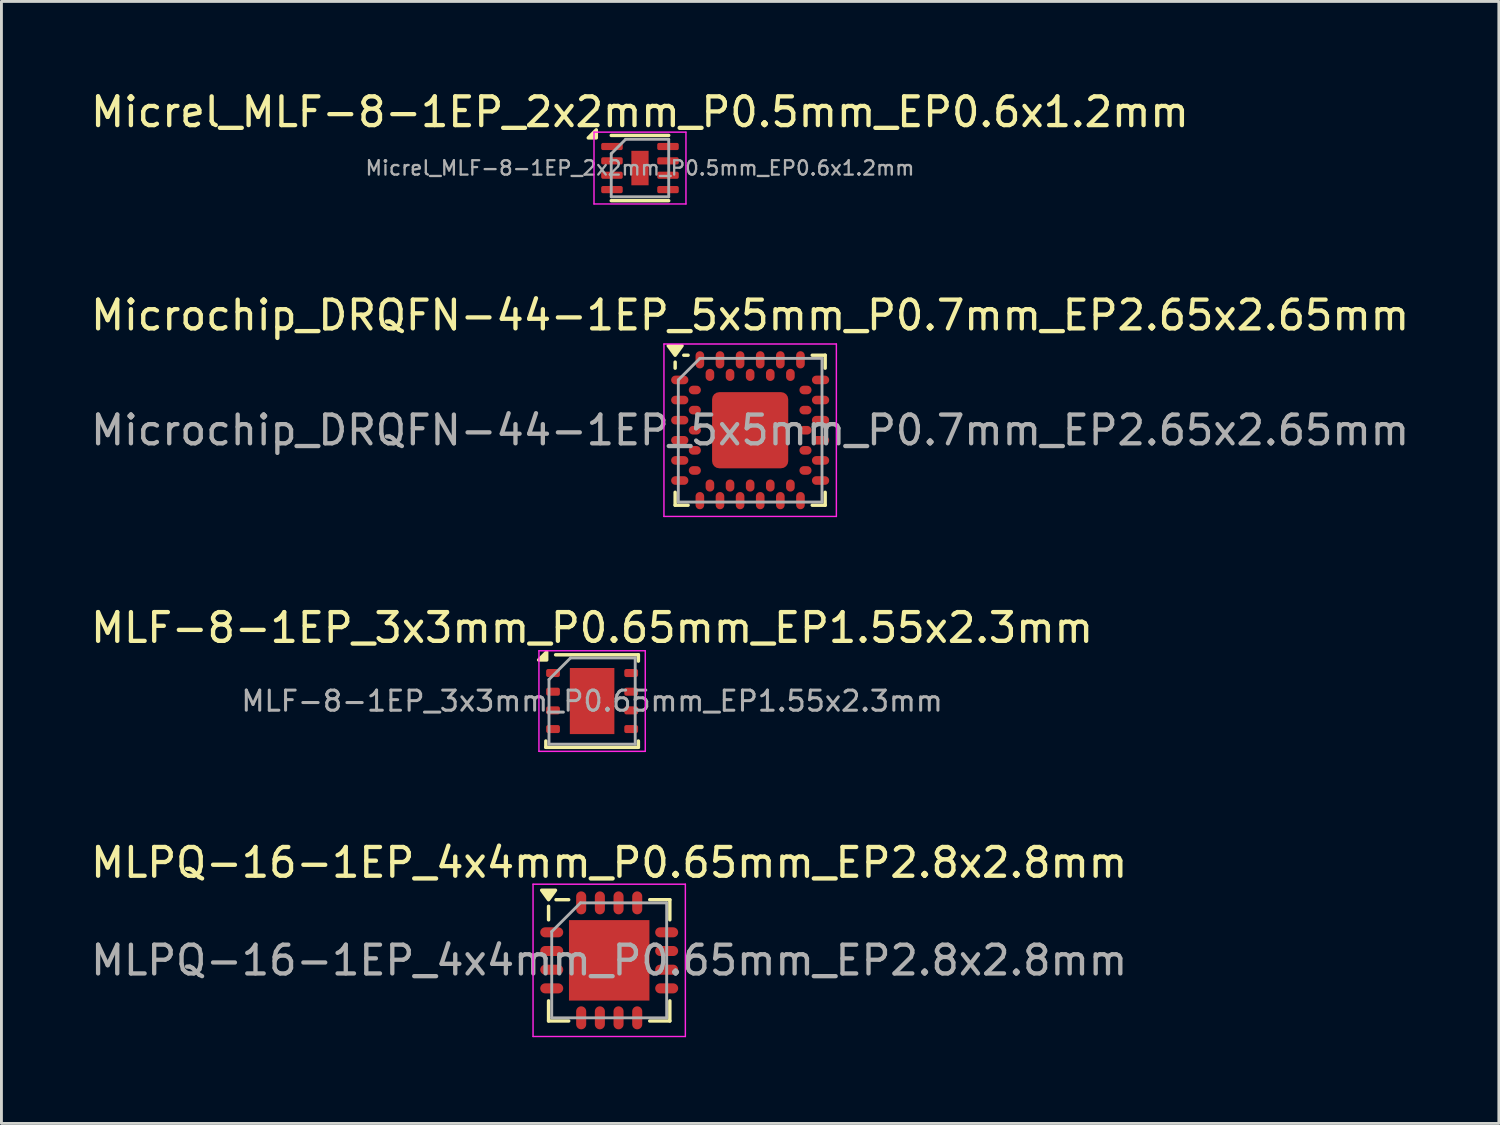
<source format=kicad_pcb>
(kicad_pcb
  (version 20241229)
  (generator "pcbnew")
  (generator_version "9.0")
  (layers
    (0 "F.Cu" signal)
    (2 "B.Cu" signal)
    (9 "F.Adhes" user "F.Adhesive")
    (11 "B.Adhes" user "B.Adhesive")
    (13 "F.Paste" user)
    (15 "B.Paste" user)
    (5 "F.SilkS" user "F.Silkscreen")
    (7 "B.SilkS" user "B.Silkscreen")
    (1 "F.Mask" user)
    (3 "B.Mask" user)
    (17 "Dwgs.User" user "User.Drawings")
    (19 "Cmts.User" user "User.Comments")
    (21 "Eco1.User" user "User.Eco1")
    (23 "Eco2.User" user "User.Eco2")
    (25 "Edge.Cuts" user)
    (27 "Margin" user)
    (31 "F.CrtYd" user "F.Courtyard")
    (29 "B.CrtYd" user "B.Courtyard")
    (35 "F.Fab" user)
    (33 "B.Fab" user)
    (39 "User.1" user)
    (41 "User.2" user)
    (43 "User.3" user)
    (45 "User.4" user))
  (footprint "MLPQ-16-1EP_4x4mm_P0.65mm_EP2.8x2.8mm"
    (layer "F.Cu")
    (at 18.149 30.368)
    (property "Reference" "MLPQ-16-1EP_4x4mm_P0.65mm_EP2.8x2.8mm" (at 0 -3.4 0) (layer "F.SilkS") (effects (font (size 1 1) (thickness 0.15))))
    (attr smd)
    (fp_line (start -2.11 -1.88) (end -2.11 -1.41) (stroke (width 0.12) (type solid)) (layer "F.SilkS"))
    (fp_line (start -2.11 2.11) (end -2.11 1.41) (stroke (width 0.12) (type solid)) (layer "F.SilkS"))
    (fp_line (start -2.11 2.11) (end -1.41 2.11) (stroke (width 0.12) (type solid)) (layer "F.SilkS"))
    (fp_line (start -1.41 -2.11) (end -1.85 -2.11) (stroke (width 0.12) (type solid)) (layer "F.SilkS"))
    (fp_line (start 2.11 -2.11) (end 1.41 -2.11) (stroke (width 0.12) (type solid)) (layer "F.SilkS"))
    (fp_line (start 2.11 -2.11) (end 2.11 -1.41) (stroke (width 0.12) (type solid)) (layer "F.SilkS"))
    (fp_line (start 2.11 2.11) (end 1.41 2.11) (stroke (width 0.12) (type solid)) (layer "F.SilkS"))
    (fp_line (start 2.11 2.11) (end 2.11 1.41) (stroke (width 0.12) (type solid)) (layer "F.SilkS"))
    (fp_poly (pts (xy -2.11 -2.11) (xy -2.35 -2.44) (xy -1.87 -2.44) (xy -2.11 -2.11)) (stroke (width 0.12) (type solid)) (fill yes) (layer "F.SilkS"))
    (fp_line (start -2.65 -2.65) (end -2.65 2.65) (stroke (width 0.05) (type solid)) (layer "F.CrtYd"))
    (fp_line (start -2.65 -2.65) (end 2.65 -2.65) (stroke (width 0.05) (type solid)) (layer "F.CrtYd"))
    (fp_line (start -2.65 2.65) (end 2.65 2.65) (stroke (width 0.05) (type solid)) (layer "F.CrtYd"))
    (fp_line (start 2.65 -2.65) (end 2.65 2.65) (stroke (width 0.05) (type solid)) (layer "F.CrtYd"))
    (fp_line (start -2 -1) (end -1 -2) (stroke (width 0.1) (type solid)) (layer "F.Fab"))
    (fp_line (start -2 2) (end -2 -1) (stroke (width 0.1) (type solid)) (layer "F.Fab"))
    (fp_line (start -1 -2) (end 2 -2) (stroke (width 0.1) (type solid)) (layer "F.Fab"))
    (fp_line (start 2 -2) (end 2 2) (stroke (width 0.1) (type solid)) (layer "F.Fab"))
    (fp_line (start 2 2) (end -2 2) (stroke (width 0.1) (type solid)) (layer "F.Fab"))
    (fp_text user "${REFERENCE}" (at 0 0 0) (layer "F.Fab") (effects (font (size 1 1) (thickness 0.15))))
    (pad "" smd rect (at -0.7 -0.7) (size 1.13 1.13) (layers "F.Paste"))
    (pad "" smd rect (at -0.7 0.7) (size 1.13 1.13) (layers "F.Paste"))
    (pad "" smd rect (at 0.7 -0.7) (size 1.13 1.13) (layers "F.Paste"))
    (pad "" smd rect (at 0.7 0.7) (size 1.13 1.13) (layers "F.Paste"))
    (pad "1" smd oval (at -2 -0.975) (size 0.8 0.35) (layers "F.Cu" "F.Mask" "F.Paste"))
    (pad "2" smd oval (at -2 -0.325) (size 0.8 0.35) (layers "F.Cu" "F.Mask" "F.Paste"))
    (pad "3" smd oval (at -2 0.325) (size 0.8 0.35) (layers "F.Cu" "F.Mask" "F.Paste"))
    (pad "4" smd oval (at -2 0.975) (size 0.8 0.35) (layers "F.Cu" "F.Mask" "F.Paste"))
    (pad "5" smd oval (at -0.975 2 90) (size 0.8 0.35) (layers "F.Cu" "F.Mask" "F.Paste"))
    (pad "6" smd oval (at -0.325 2 90) (size 0.8 0.35) (layers "F.Cu" "F.Mask" "F.Paste"))
    (pad "7" smd oval (at 0.325 2 90) (size 0.8 0.35) (layers "F.Cu" "F.Mask" "F.Paste"))
    (pad "8" smd oval (at 0.975 2 90) (size 0.8 0.35) (layers "F.Cu" "F.Mask" "F.Paste"))
    (pad "9" smd oval (at 2 0.975) (size 0.8 0.35) (layers "F.Cu" "F.Mask" "F.Paste"))
    (pad "10" smd oval (at 2 0.325) (size 0.8 0.35) (layers "F.Cu" "F.Mask" "F.Paste"))
    (pad "11" smd oval (at 2 -0.325) (size 0.8 0.35) (layers "F.Cu" "F.Mask" "F.Paste"))
    (pad "12" smd oval (at 2 -0.975) (size 0.8 0.35) (layers "F.Cu" "F.Mask" "F.Paste"))
    (pad "13" smd oval (at 0.975 -2 90) (size 0.8 0.35) (layers "F.Cu" "F.Mask" "F.Paste"))
    (pad "14" smd oval (at 0.325 -2 90) (size 0.8 0.35) (layers "F.Cu" "F.Mask" "F.Paste"))
    (pad "15" smd oval (at -0.325 -2 90) (size 0.8 0.35) (layers "F.Cu" "F.Mask" "F.Paste"))
    (pad "16" smd oval (at -0.975 -2 90) (size 0.8 0.35) (layers "F.Cu" "F.Mask" "F.Paste"))
    (pad "17" smd rect (at 0 0) (size 2.8 2.8) (layers "F.Cu" "F.Mask")))
  (footprint "MLF-8-1EP_3x3mm_P0.65mm_EP1.55x2.3mm"
    (layer "F.Cu")
    (at 17.554 21.345)
    (property "Reference" "MLF-8-1EP_3x3mm_P0.65mm_EP1.55x2.3mm" (at 0 -2.55 0) (layer "F.SilkS") (effects (font (size 1 1) (thickness 0.15))))
    (attr smd)
    (fp_line (start -1.61 1.61) (end -1.61 1.39) (stroke (width 0.12) (type solid)) (layer "F.SilkS"))
    (fp_line (start -1.61 1.61) (end 1.61 1.61) (stroke (width 0.12) (type solid)) (layer "F.SilkS"))
    (fp_line (start -1.27 -1.61) (end 1.61 -1.61) (stroke (width 0.12) (type solid)) (layer "F.SilkS"))
    (fp_line (start 1.61 -1.39) (end 1.61 -1.61) (stroke (width 0.12) (type solid)) (layer "F.SilkS"))
    (fp_line (start 1.61 1.61) (end 1.61 1.39) (stroke (width 0.12) (type solid)) (layer "F.SilkS"))
    (fp_poly (pts (xy -1.58 -1.43) (xy -1.86 -1.43) (xy -1.58 -1.71) (xy -1.58 -1.43)) (stroke (width 0.12) (type solid)) (fill yes) (layer "F.SilkS"))
    (fp_line (start -1.85 -1.75) (end -1.85 1.75) (stroke (width 0.05) (type solid)) (layer "F.CrtYd"))
    (fp_line (start -1.85 -1.75) (end 1.85 -1.75) (stroke (width 0.05) (type solid)) (layer "F.CrtYd"))
    (fp_line (start -1.85 1.75) (end 1.85 1.75) (stroke (width 0.05) (type solid)) (layer "F.CrtYd"))
    (fp_line (start 1.85 -1.75) (end 1.85 1.75) (stroke (width 0.05) (type solid)) (layer "F.CrtYd"))
    (fp_line (start -1.5 -0.75) (end -0.75 -1.5) (stroke (width 0.1) (type solid)) (layer "F.Fab"))
    (fp_line (start -1.5 1.5) (end -1.5 -0.75) (stroke (width 0.1) (type solid)) (layer "F.Fab"))
    (fp_line (start -0.75 -1.5) (end 1.5 -1.5) (stroke (width 0.1) (type solid)) (layer "F.Fab"))
    (fp_line (start 1.5 -1.5) (end 1.5 1.5) (stroke (width 0.1) (type solid)) (layer "F.Fab"))
    (fp_line (start 1.5 1.5) (end -1.5 1.5) (stroke (width 0.1) (type solid)) (layer "F.Fab"))
    (fp_text user "${REFERENCE}" (at 0 0 0) (layer "F.Fab") (effects (font (size 0.7 0.7) (thickness 0.105))))
    (pad "" smd roundrect (at 0 -0.9) (size 1.5 0.4) (layers "F.Paste") (roundrect_rratio 0.25))
    (pad "" smd roundrect (at 0 0) (size 1.5 0.65) (layers "F.Paste") (roundrect_rratio 0.25))
    (pad "" smd roundrect (at 0 0.9) (size 1.5 0.4) (layers "F.Paste") (roundrect_rratio 0.25))
    (pad "1" smd roundrect (at -1.36 -0.975) (size 0.48 0.28) (layers "F.Cu" "F.Mask" "F.Paste") (roundrect_rratio 0.25))
    (pad "2" smd roundrect (at -1.36 -0.325) (size 0.48 0.28) (layers "F.Cu" "F.Mask" "F.Paste") (roundrect_rratio 0.25))
    (pad "3" smd roundrect (at -1.36 0.325) (size 0.48 0.28) (layers "F.Cu" "F.Mask" "F.Paste") (roundrect_rratio 0.25))
    (pad "4" smd roundrect (at -1.36 0.975) (size 0.48 0.28) (layers "F.Cu" "F.Mask" "F.Paste") (roundrect_rratio 0.25))
    (pad "5" smd roundrect (at 1.36 0.975) (size 0.48 0.28) (layers "F.Cu" "F.Mask" "F.Paste") (roundrect_rratio 0.25))
    (pad "6" smd roundrect (at 1.36 0.325) (size 0.48 0.28) (layers "F.Cu" "F.Mask" "F.Paste") (roundrect_rratio 0.25))
    (pad "7" smd roundrect (at 1.36 -0.325) (size 0.48 0.28) (layers "F.Cu" "F.Mask" "F.Paste") (roundrect_rratio 0.25))
    (pad "8" smd roundrect (at 1.36 -0.975) (size 0.48 0.28) (layers "F.Cu" "F.Mask" "F.Paste") (roundrect_rratio 0.25))
    (pad "9" smd rect (at 0 0) (size 1.55 2.3) (layers "F.Cu" "F.Mask")))
  (footprint "Microchip_DRQFN-44-1EP_5x5mm_P0.7mm_EP2.65x2.65mm"
    (layer "F.Cu")
    (at 23.054 11.921)
    (property "Reference" "Microchip_DRQFN-44-1EP_5x5mm_P0.7mm_EP2.65x2.65mm" (at 0 -4 0) (layer "F.SilkS") (effects (font (size 1 1) (thickness 0.15))))
    (attr smd)
    (fp_line (start -2.61 -2.37) (end -2.61 -2.16) (stroke (width 0.12) (type solid)) (layer "F.SilkS"))
    (fp_line (start -2.61 2.61) (end -2.61 2.16) (stroke (width 0.12) (type solid)) (layer "F.SilkS"))
    (fp_line (start -2.16 -2.61) (end -2.31 -2.61) (stroke (width 0.12) (type solid)) (layer "F.SilkS"))
    (fp_line (start -2.16 2.61) (end -2.61 2.61) (stroke (width 0.12) (type solid)) (layer "F.SilkS"))
    (fp_line (start 2.16 -2.61) (end 2.61 -2.61) (stroke (width 0.12) (type solid)) (layer "F.SilkS"))
    (fp_line (start 2.61 -2.61) (end 2.61 -2.16) (stroke (width 0.12) (type solid)) (layer "F.SilkS"))
    (fp_line (start 2.61 2.16) (end 2.61 2.61) (stroke (width 0.12) (type solid)) (layer "F.SilkS"))
    (fp_line (start 2.61 2.61) (end 2.16 2.61) (stroke (width 0.12) (type solid)) (layer "F.SilkS"))
    (fp_poly (pts (xy -2.61 -2.61) (xy -2.85 -2.94) (xy -2.37 -2.94) (xy -2.61 -2.61)) (stroke (width 0.12) (type solid)) (fill yes) (layer "F.SilkS"))
    (fp_line (start -3 -3) (end 3 -3) (stroke (width 0.05) (type solid)) (layer "F.CrtYd"))
    (fp_line (start -3 3) (end -3 -3) (stroke (width 0.05) (type solid)) (layer "F.CrtYd"))
    (fp_line (start 3 -3) (end 3 3) (stroke (width 0.05) (type solid)) (layer "F.CrtYd"))
    (fp_line (start 3 3) (end -3 3) (stroke (width 0.05) (type solid)) (layer "F.CrtYd"))
    (fp_line (start -2.5 -1.75) (end -1.75 -2.5) (stroke (width 0.1) (type solid)) (layer "F.Fab"))
    (fp_line (start -2.5 2.5) (end -2.5 -1.75) (stroke (width 0.1) (type solid)) (layer "F.Fab"))
    (fp_line (start -1.75 -2.5) (end 2.5 -2.5) (stroke (width 0.1) (type solid)) (layer "F.Fab"))
    (fp_line (start 2.5 -2.5) (end 2.5 2.5) (stroke (width 0.1) (type solid)) (layer "F.Fab"))
    (fp_line (start 2.5 2.5) (end -2.5 2.5) (stroke (width 0.1) (type solid)) (layer "F.Fab"))
    (fp_text user "${REFERENCE}" (at 0 0 0) (layer "F.Fab") (effects (font (size 1 1) (thickness 0.15))))
    (pad "" smd roundrect (at -0.65 -0.65) (size 1.1 1.1) (layers "F.Paste") (roundrect_rratio 0.1))
    (pad "" smd roundrect (at -0.65 0.65) (size 1.1 1.1) (layers "F.Paste") (roundrect_rratio 0.1))
    (pad "" smd roundrect (at 0.65 -0.65) (size 1.1 1.1) (layers "F.Paste") (roundrect_rratio 0.1))
    (pad "" smd roundrect (at 0.65 0.65) (size 1.1 1.1) (layers "F.Paste") (roundrect_rratio 0.1))
    (pad "A1" smd oval (at -2.45 -1.75) (size 0.6 0.3) (layers "F.Cu" "F.Mask" "F.Paste"))
    (pad "A2" smd oval (at -2.45 -1.05) (size 0.6 0.3) (layers "F.Cu" "F.Mask" "F.Paste"))
    (pad "A3" smd oval (at -2.45 -0.35) (size 0.6 0.3) (layers "F.Cu" "F.Mask" "F.Paste"))
    (pad "A4" smd oval (at -2.45 0.35) (size 0.6 0.3) (layers "F.Cu" "F.Mask" "F.Paste"))
    (pad "A5" smd oval (at -2.45 1.05) (size 0.6 0.3) (layers "F.Cu" "F.Mask" "F.Paste"))
    (pad "A6" smd oval (at -2.45 1.75) (size 0.6 0.3) (layers "F.Cu" "F.Mask" "F.Paste"))
    (pad "A7" smd oval (at -1.75 2.45) (size 0.3 0.6) (layers "F.Cu" "F.Mask" "F.Paste"))
    (pad "A8" smd oval (at -1.05 2.45) (size 0.3 0.6) (layers "F.Cu" "F.Mask" "F.Paste"))
    (pad "A9" smd oval (at -0.35 2.45) (size 0.3 0.6) (layers "F.Cu" "F.Mask" "F.Paste"))
    (pad "A10" smd oval (at 0.35 2.45) (size 0.3 0.6) (layers "F.Cu" "F.Mask" "F.Paste"))
    (pad "A11" smd oval (at 1.05 2.45) (size 0.3 0.6) (layers "F.Cu" "F.Mask" "F.Paste"))
    (pad "A12" smd oval (at 1.75 2.45) (size 0.3 0.6) (layers "F.Cu" "F.Mask" "F.Paste"))
    (pad "A13" smd oval (at 2.45 1.75) (size 0.6 0.3) (layers "F.Cu" "F.Mask" "F.Paste"))
    (pad "A14" smd oval (at 2.45 1.05) (size 0.6 0.3) (layers "F.Cu" "F.Mask" "F.Paste"))
    (pad "A15" smd oval (at 2.45 0.35) (size 0.6 0.3) (layers "F.Cu" "F.Mask" "F.Paste"))
    (pad "A16" smd oval (at 2.45 -0.35) (size 0.6 0.3) (layers "F.Cu" "F.Mask" "F.Paste"))
    (pad "A17" smd oval (at 2.45 -1.05) (size 0.6 0.3) (layers "F.Cu" "F.Mask" "F.Paste"))
    (pad "A18" smd oval (at 2.45 -1.75) (size 0.6 0.3) (layers "F.Cu" "F.Mask" "F.Paste"))
    (pad "A19" smd oval (at 1.75 -2.45) (size 0.3 0.6) (layers "F.Cu" "F.Mask" "F.Paste"))
    (pad "A20" smd oval (at 1.05 -2.45) (size 0.3 0.6) (layers "F.Cu" "F.Mask" "F.Paste"))
    (pad "A21" smd oval (at 0.35 -2.45) (size 0.3 0.6) (layers "F.Cu" "F.Mask" "F.Paste"))
    (pad "A22" smd oval (at -0.35 -2.45) (size 0.3 0.6) (layers "F.Cu" "F.Mask" "F.Paste"))
    (pad "A23" smd oval (at -1.05 -2.45) (size 0.3 0.6) (layers "F.Cu" "F.Mask" "F.Paste"))
    (pad "A24" smd oval (at -1.75 -2.45) (size 0.3 0.6) (layers "F.Cu" "F.Mask" "F.Paste"))
    (pad "B1" smd oval (at -1.925 -1.4) (size 0.42 0.3) (layers "F.Cu" "F.Mask" "F.Paste"))
    (pad "B2" smd oval (at -1.925 -0.7) (size 0.42 0.3) (layers "F.Cu" "F.Mask" "F.Paste"))
    (pad "B3" smd oval (at -1.925 0) (size 0.42 0.3) (layers "F.Cu" "F.Mask" "F.Paste"))
    (pad "B4" smd oval (at -1.925 0.7) (size 0.42 0.3) (layers "F.Cu" "F.Mask" "F.Paste"))
    (pad "B5" smd oval (at -1.925 1.4) (size 0.42 0.3) (layers "F.Cu" "F.Mask" "F.Paste"))
    (pad "B6" smd oval (at -1.4 1.925) (size 0.3 0.42) (layers "F.Cu" "F.Mask" "F.Paste"))
    (pad "B7" smd oval (at -0.7 1.925) (size 0.3 0.42) (layers "F.Cu" "F.Mask" "F.Paste"))
    (pad "B8" smd oval (at 0 1.925) (size 0.3 0.42) (layers "F.Cu" "F.Mask" "F.Paste"))
    (pad "B9" smd oval (at 0.7 1.925) (size 0.3 0.42) (layers "F.Cu" "F.Mask" "F.Paste"))
    (pad "B10" smd oval (at 1.4 1.925) (size 0.3 0.42) (layers "F.Cu" "F.Mask" "F.Paste"))
    (pad "B11" smd oval (at 1.925 1.4) (size 0.42 0.3) (layers "F.Cu" "F.Mask" "F.Paste"))
    (pad "B12" smd oval (at 1.925 0.7) (size 0.42 0.3) (layers "F.Cu" "F.Mask" "F.Paste"))
    (pad "B13" smd oval (at 1.925 0) (size 0.42 0.3) (layers "F.Cu" "F.Mask" "F.Paste"))
    (pad "B14" smd oval (at 1.925 -0.7) (size 0.42 0.3) (layers "F.Cu" "F.Mask" "F.Paste"))
    (pad "B15" smd oval (at 1.925 -1.4) (size 0.42 0.3) (layers "F.Cu" "F.Mask" "F.Paste"))
    (pad "B16" smd oval (at 1.4 -1.925) (size 0.3 0.42) (layers "F.Cu" "F.Mask" "F.Paste"))
    (pad "B17" smd oval (at 0.7 -1.925) (size 0.3 0.42) (layers "F.Cu" "F.Mask" "F.Paste"))
    (pad "B18" smd oval (at 0 -1.925) (size 0.3 0.42) (layers "F.Cu" "F.Mask" "F.Paste"))
    (pad "B19" smd oval (at -0.7 -1.925) (size 0.3 0.42) (layers "F.Cu" "F.Mask" "F.Paste"))
    (pad "B20" smd oval (at -1.4 -1.925) (size 0.3 0.42) (layers "F.Cu" "F.Mask" "F.Paste"))
    (pad "EP" smd roundrect (at 0 0) (size 2.65 2.65) (layers "F.Cu" "F.Mask") (roundrect_rratio 0.094)))
  (footprint "Micrel_MLF-8-1EP_2x2mm_P0.5mm_EP0.6x1.2mm"
    (layer "F.Cu")
    (at 19.22 2.798)
    (property "Reference" "Micrel_MLF-8-1EP_2x2mm_P0.5mm_EP0.6x1.2mm" (at 0 -1.95 0) (layer "F.SilkS") (effects (font (size 1 1) (thickness 0.15))))
    (attr smd)
    (fp_line (start -1 -1.135) (end 1 -1.135) (stroke (width 0.12) (type solid)) (layer "F.SilkS"))
    (fp_line (start -1 1.135) (end 1 1.135) (stroke (width 0.12) (type solid)) (layer "F.SilkS"))
    (fp_poly (pts (xy -1.52 -1.05) (xy -1.8 -1.05) (xy -1.52 -1.33) (xy -1.52 -1.05)) (stroke (width 0.12) (type solid)) (fill yes) (layer "F.SilkS"))
    (fp_line (start -1.6 -1.25) (end -1.6 1.25) (stroke (width 0.05) (type solid)) (layer "F.CrtYd"))
    (fp_line (start -1.6 1.25) (end 1.6 1.25) (stroke (width 0.05) (type solid)) (layer "F.CrtYd"))
    (fp_line (start 1.6 -1.25) (end -1.6 -1.25) (stroke (width 0.05) (type solid)) (layer "F.CrtYd"))
    (fp_line (start 1.6 1.25) (end 1.6 -1.25) (stroke (width 0.05) (type solid)) (layer "F.CrtYd"))
    (fp_line (start -1 -0.5) (end -0.5 -1) (stroke (width 0.1) (type solid)) (layer "F.Fab"))
    (fp_line (start -1 1) (end -1 -0.5) (stroke (width 0.1) (type solid)) (layer "F.Fab"))
    (fp_line (start -0.5 -1) (end 1 -1) (stroke (width 0.1) (type solid)) (layer "F.Fab"))
    (fp_line (start 1 -1) (end 1 1) (stroke (width 0.1) (type solid)) (layer "F.Fab"))
    (fp_line (start 1 1) (end -1 1) (stroke (width 0.1) (type solid)) (layer "F.Fab"))
    (fp_text user "${REFERENCE}" (at 0 0 0) (layer "F.Fab") (effects (font (size 0.5 0.5) (thickness 0.08))))
    (pad "" smd roundrect (at 0 -0.3) (size 0.48 0.48) (layers "F.Paste") (roundrect_rratio 0.25))
    (pad "" smd roundrect (at 0 0.3) (size 0.48 0.48) (layers "F.Paste") (roundrect_rratio 0.25))
    (pad "1" smd roundrect (at -0.975 -0.75) (size 0.75 0.25) (layers "F.Cu" "F.Mask" "F.Paste") (roundrect_rratio 0.25))
    (pad "2" smd roundrect (at -0.975 -0.25) (size 0.75 0.25) (layers "F.Cu" "F.Mask" "F.Paste") (roundrect_rratio 0.25))
    (pad "3" smd roundrect (at -0.975 0.25) (size 0.75 0.25) (layers "F.Cu" "F.Mask" "F.Paste") (roundrect_rratio 0.25))
    (pad "4" smd roundrect (at -0.975 0.75) (size 0.75 0.25) (layers "F.Cu" "F.Mask" "F.Paste") (roundrect_rratio 0.25))
    (pad "5" smd roundrect (at 0.975 0.75) (size 0.75 0.25) (layers "F.Cu" "F.Mask" "F.Paste") (roundrect_rratio 0.25))
    (pad "6" smd roundrect (at 0.975 0.25) (size 0.75 0.25) (layers "F.Cu" "F.Mask" "F.Paste") (roundrect_rratio 0.25))
    (pad "7" smd roundrect (at 0.975 -0.25) (size 0.75 0.25) (layers "F.Cu" "F.Mask" "F.Paste") (roundrect_rratio 0.25))
    (pad "8" smd roundrect (at 0.975 -0.75) (size 0.75 0.25) (layers "F.Cu" "F.Mask" "F.Paste") (roundrect_rratio 0.25))
    (pad "9" smd rect (at 0 0) (size 0.6 1.2) (property pad_prop_heatsink) (layers "F.Cu" "F.Mask")))
  (gr_rect
    (start -3 -3)
    (end 49.107 36.043)
    (stroke (width 0.1) (type default))
    (fill no)
    (layer "Edge.Cuts")))
</source>
